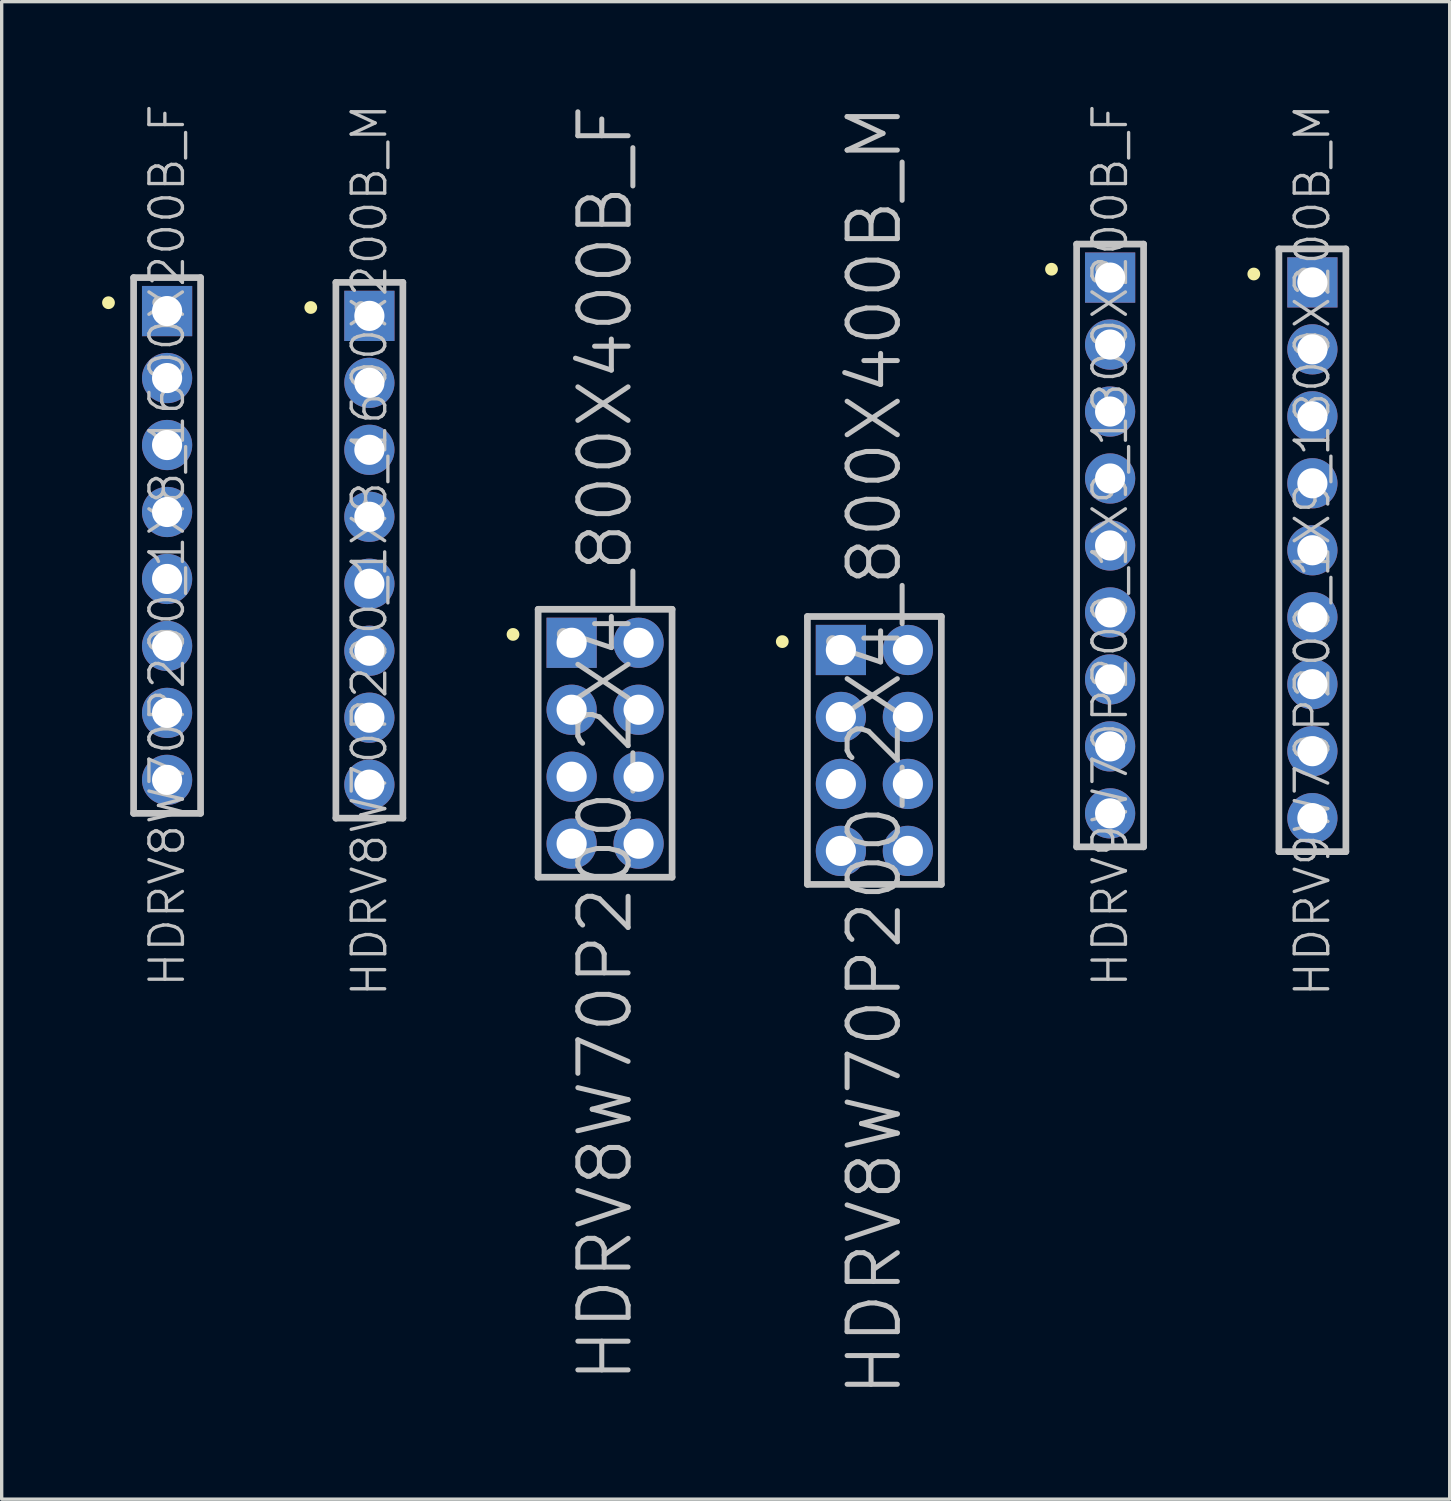
<source format=kicad_pcb>
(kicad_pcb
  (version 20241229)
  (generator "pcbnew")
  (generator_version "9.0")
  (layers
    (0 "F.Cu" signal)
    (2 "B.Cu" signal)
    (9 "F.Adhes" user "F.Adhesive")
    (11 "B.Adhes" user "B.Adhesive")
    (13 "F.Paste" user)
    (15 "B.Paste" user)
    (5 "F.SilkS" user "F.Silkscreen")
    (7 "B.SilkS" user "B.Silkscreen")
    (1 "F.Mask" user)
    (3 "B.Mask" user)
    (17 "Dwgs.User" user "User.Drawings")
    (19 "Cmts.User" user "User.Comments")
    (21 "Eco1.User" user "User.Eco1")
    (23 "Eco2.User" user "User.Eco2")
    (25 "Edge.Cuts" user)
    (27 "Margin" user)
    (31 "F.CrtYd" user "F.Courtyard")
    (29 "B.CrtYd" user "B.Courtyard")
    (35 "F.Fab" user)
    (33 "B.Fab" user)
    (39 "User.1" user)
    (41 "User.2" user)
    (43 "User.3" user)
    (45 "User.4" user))
  (footprint "HDRV8W70P200_1X8_1600X200B_F"
    (layer "F.Cu")
    (at 1.94 13.24)
    (property "Reference" "HDRV8W70P200_1X8_1600X200B_F" (at 0 0 90) (layer "Dwgs.User") (effects (font (size 1 1) (thickness 0.1))))
    (attr through_hole)
    (fp_line (start -1.75 -7.25) (end -1.75 -7.25) (stroke (width 0.381) (type solid)) (layer "F.SilkS"))
    (fp_line (start -1 -8) (end -1 8) (stroke (width 0.2) (type solid)) (layer "Dwgs.User"))
    (fp_line (start -1 -8) (end 1 -8) (stroke (width 0.2) (type solid)) (layer "Dwgs.User"))
    (fp_line (start -1 8) (end 1 8) (stroke (width 0.2) (type solid)) (layer "Dwgs.User"))
    (fp_line (start -0.25 -7.25) (end -0.25 -7.25) (stroke (width 0.381) (type solid)) (layer "Dwgs.User"))
    (fp_line (start 1 -8) (end 1 8) (stroke (width 0.2) (type solid)) (layer "Dwgs.User"))
    (pad "1" thru_hole rect (at 0 -7) (size 1.5 1.5) (drill 0.9) (layers "*.Cu" "*.Mask"))
    (pad "2" thru_hole circle (at 0 -5 270) (size 1.5 1.5) (drill 0.9) (layers "*.Cu" "*.Mask"))
    (pad "3" thru_hole circle (at 0 -3 270) (size 1.5 1.5) (drill 0.9) (layers "*.Cu" "*.Mask"))
    (pad "4" thru_hole circle (at 0 -1 270) (size 1.5 1.5) (drill 0.9) (layers "*.Cu" "*.Mask"))
    (pad "5" thru_hole circle (at 0 1 270) (size 1.5 1.5) (drill 0.9) (layers "*.Cu" "*.Mask"))
    (pad "6" thru_hole circle (at 0 3 270) (size 1.5 1.5) (drill 0.9) (layers "*.Cu" "*.Mask"))
    (pad "7" thru_hole circle (at 0 5 270) (size 1.5 1.5) (drill 0.9) (layers "*.Cu" "*.Mask"))
    (pad "8" thru_hole circle (at 0 7 270) (size 1.5 1.5) (drill 0.9) (layers "*.Cu" "*.Mask")))
  (footprint "HDRV9W70P200_1X9_1800X200B_M"
    (layer "F.Cu")
    (at 36.143 13.383)
    (property "Reference" "HDRV9W70P200_1X9_1800X200B_M" (at 0 0 90) (layer "Dwgs.User") (effects (font (size 1 1) (thickness 0.1))))
    (attr through_hole)
    (fp_line (start -1.75 -8.25) (end -1.75 -8.25) (stroke (width 0.381) (type solid)) (layer "F.SilkS"))
    (fp_line (start -1 -9) (end -1 9) (stroke (width 0.2) (type solid)) (layer "Dwgs.User"))
    (fp_line (start -1 -9) (end 1 -9) (stroke (width 0.2) (type solid)) (layer "Dwgs.User"))
    (fp_line (start -1 9) (end 1 9) (stroke (width 0.2) (type solid)) (layer "Dwgs.User"))
    (fp_line (start -0.25 -8.25) (end -0.25 -8.25) (stroke (width 0.381) (type solid)) (layer "Dwgs.User"))
    (fp_line (start 1 -9) (end 1 9) (stroke (width 0.2) (type solid)) (layer "Dwgs.User"))
    (pad "1" thru_hole rect (at 0 -8) (size 1.5 1.5) (drill 0.9) (layers "*.Cu" "*.Mask"))
    (pad "2" thru_hole circle (at 0 -6 270) (size 1.5 1.5) (drill 0.9) (layers "*.Cu" "*.Mask"))
    (pad "3" thru_hole circle (at 0 -4 270) (size 1.5 1.5) (drill 0.9) (layers "*.Cu" "*.Mask"))
    (pad "4" thru_hole circle (at 0 -2 270) (size 1.5 1.5) (drill 0.9) (layers "*.Cu" "*.Mask"))
    (pad "5" thru_hole circle (at 0 0 270) (size 1.5 1.5) (drill 0.9) (layers "*.Cu" "*.Mask"))
    (pad "6" thru_hole circle (at 0 2 270) (size 1.5 1.5) (drill 0.9) (layers "*.Cu" "*.Mask"))
    (pad "7" thru_hole circle (at 0 4 270) (size 1.5 1.5) (drill 0.9) (layers "*.Cu" "*.Mask"))
    (pad "8" thru_hole circle (at 0 6 270) (size 1.5 1.5) (drill 0.9) (layers "*.Cu" "*.Mask"))
    (pad "9" thru_hole circle (at 0 8 270) (size 1.5 1.5) (drill 0.9) (layers "*.Cu" "*.Mask")))
  (footprint "HDRV9W70P200_1X9_1800X200B_F"
    (layer "F.Cu")
    (at 30.102 13.24)
    (property "Reference" "HDRV9W70P200_1X9_1800X200B_F" (at 0 0 90) (layer "Dwgs.User") (effects (font (size 1 1) (thickness 0.1))))
    (attr through_hole)
    (fp_line (start -1.75 -8.25) (end -1.75 -8.25) (stroke (width 0.381) (type solid)) (layer "F.SilkS"))
    (fp_line (start -1 -9) (end -1 9) (stroke (width 0.2) (type solid)) (layer "Dwgs.User"))
    (fp_line (start -1 -9) (end 1 -9) (stroke (width 0.2) (type solid)) (layer "Dwgs.User"))
    (fp_line (start -1 9) (end 1 9) (stroke (width 0.2) (type solid)) (layer "Dwgs.User"))
    (fp_line (start -0.25 -8.25) (end -0.25 -8.25) (stroke (width 0.381) (type solid)) (layer "Dwgs.User"))
    (fp_line (start 1 -9) (end 1 9) (stroke (width 0.2) (type solid)) (layer "Dwgs.User"))
    (pad "1" thru_hole rect (at 0 -8) (size 1.5 1.5) (drill 0.9) (layers "*.Cu" "*.Mask"))
    (pad "2" thru_hole circle (at 0 -6 270) (size 1.5 1.5) (drill 0.9) (layers "*.Cu" "*.Mask"))
    (pad "3" thru_hole circle (at 0 -4 270) (size 1.5 1.5) (drill 0.9) (layers "*.Cu" "*.Mask"))
    (pad "4" thru_hole circle (at 0 -2 270) (size 1.5 1.5) (drill 0.9) (layers "*.Cu" "*.Mask"))
    (pad "5" thru_hole circle (at 0 0 270) (size 1.5 1.5) (drill 0.9) (layers "*.Cu" "*.Mask"))
    (pad "6" thru_hole circle (at 0 2 270) (size 1.5 1.5) (drill 0.9) (layers "*.Cu" "*.Mask"))
    (pad "7" thru_hole circle (at 0 4 270) (size 1.5 1.5) (drill 0.9) (layers "*.Cu" "*.Mask"))
    (pad "8" thru_hole circle (at 0 6 270) (size 1.5 1.5) (drill 0.9) (layers "*.Cu" "*.Mask"))
    (pad "9" thru_hole circle (at 0 8 270) (size 1.5 1.5) (drill 0.9) (layers "*.Cu" "*.Mask")))
  (footprint "HDRV8W70P200_1X8_1600X200B_M"
    (layer "F.Cu")
    (at 7.981 13.383)
    (property "Reference" "HDRV8W70P200_1X8_1600X200B_M" (at 0 0 90) (layer "Dwgs.User") (effects (font (size 1 1) (thickness 0.1))))
    (attr through_hole)
    (fp_line (start -1.75 -7.25) (end -1.75 -7.25) (stroke (width 0.381) (type solid)) (layer "F.SilkS"))
    (fp_line (start -1 -8) (end -1 8) (stroke (width 0.2) (type solid)) (layer "Dwgs.User"))
    (fp_line (start -1 -8) (end 1 -8) (stroke (width 0.2) (type solid)) (layer "Dwgs.User"))
    (fp_line (start -1 8) (end 1 8) (stroke (width 0.2) (type solid)) (layer "Dwgs.User"))
    (fp_line (start -0.25 -7.25) (end -0.25 -7.25) (stroke (width 0.381) (type solid)) (layer "Dwgs.User"))
    (fp_line (start 1 -8) (end 1 8) (stroke (width 0.2) (type solid)) (layer "Dwgs.User"))
    (pad "1" thru_hole rect (at 0 -7) (size 1.5 1.5) (drill 0.9) (layers "*.Cu" "*.Mask"))
    (pad "2" thru_hole circle (at 0 -5 270) (size 1.5 1.5) (drill 0.9) (layers "*.Cu" "*.Mask"))
    (pad "3" thru_hole circle (at 0 -3 270) (size 1.5 1.5) (drill 0.9) (layers "*.Cu" "*.Mask"))
    (pad "4" thru_hole circle (at 0 -1 270) (size 1.5 1.5) (drill 0.9) (layers "*.Cu" "*.Mask"))
    (pad "5" thru_hole circle (at 0 1 270) (size 1.5 1.5) (drill 0.9) (layers "*.Cu" "*.Mask"))
    (pad "6" thru_hole circle (at 0 3 270) (size 1.5 1.5) (drill 0.9) (layers "*.Cu" "*.Mask"))
    (pad "7" thru_hole circle (at 0 5 270) (size 1.5 1.5) (drill 0.9) (layers "*.Cu" "*.Mask"))
    (pad "8" thru_hole circle (at 0 7 270) (size 1.5 1.5) (drill 0.9) (layers "*.Cu" "*.Mask")))
  (footprint "HDRV8W70P200_2X4_800X400B_F"
    (layer "F.Cu")
    (at 15.021 19.146)
    (property "Reference" "HDRV8W70P200_2X4_800X400B_F" (at 0 0 90) (layer "Dwgs.User") (effects (font (size 1.5 1.5) (thickness 0.15))))
    (attr through_hole)
    (fp_line (start -2.75 -3.25) (end -2.75 -3.25) (stroke (width 0.381) (type solid)) (layer "F.SilkS"))
    (fp_line (start -2 -4) (end -2 4) (stroke (width 0.2) (type solid)) (layer "Dwgs.User"))
    (fp_line (start -2 -4) (end 2 -4) (stroke (width 0.2) (type solid)) (layer "Dwgs.User"))
    (fp_line (start -2 4) (end 2 4) (stroke (width 0.2) (type solid)) (layer "Dwgs.User"))
    (fp_line (start -1.25 -3.25) (end -1.25 -3.25) (stroke (width 0.381) (type solid)) (layer "Dwgs.User"))
    (fp_line (start 2 -4) (end 2 4) (stroke (width 0.2) (type solid)) (layer "Dwgs.User"))
    (pad "1" thru_hole rect (at -1 -3) (size 1.5 1.5) (drill 0.9) (layers "*.Cu" "*.Mask"))
    (pad "2" thru_hole circle (at 1 -3 270) (size 1.5 1.5) (drill 0.9) (layers "*.Cu" "*.Mask"))
    (pad "3" thru_hole circle (at -1 -1 270) (size 1.5 1.5) (drill 0.9) (layers "*.Cu" "*.Mask"))
    (pad "4" thru_hole circle (at 1 -1 270) (size 1.5 1.5) (drill 0.9) (layers "*.Cu" "*.Mask"))
    (pad "5" thru_hole circle (at -1 1 270) (size 1.5 1.5) (drill 0.9) (layers "*.Cu" "*.Mask"))
    (pad "6" thru_hole circle (at 1 1 270) (size 1.5 1.5) (drill 0.9) (layers "*.Cu" "*.Mask"))
    (pad "7" thru_hole circle (at -1 3 270) (size 1.5 1.5) (drill 0.9) (layers "*.Cu" "*.Mask"))
    (pad "8" thru_hole circle (at 1 3 270) (size 1.5 1.5) (drill 0.9) (layers "*.Cu" "*.Mask")))
  (footprint "HDRV8W70P200_2X4_800X400B_M"
    (layer "F.Cu")
    (at 23.062 19.361)
    (property "Reference" "HDRV8W70P200_2X4_800X400B_M" (at 0 0 90) (layer "Dwgs.User") (effects (font (size 1.5 1.5) (thickness 0.15))))
    (attr through_hole)
    (fp_line (start -2.75 -3.25) (end -2.75 -3.25) (stroke (width 0.381) (type solid)) (layer "F.SilkS"))
    (fp_line (start -2 -4) (end -2 4) (stroke (width 0.2) (type solid)) (layer "Dwgs.User"))
    (fp_line (start -2 -4) (end 2 -4) (stroke (width 0.2) (type solid)) (layer "Dwgs.User"))
    (fp_line (start -2 4) (end 2 4) (stroke (width 0.2) (type solid)) (layer "Dwgs.User"))
    (fp_line (start -1.25 -3.25) (end -1.25 -3.25) (stroke (width 0.381) (type solid)) (layer "Dwgs.User"))
    (fp_line (start 2 -4) (end 2 4) (stroke (width 0.2) (type solid)) (layer "Dwgs.User"))
    (pad "1" thru_hole rect (at -1 -3) (size 1.5 1.5) (drill 0.9) (layers "*.Cu" "*.Mask"))
    (pad "2" thru_hole circle (at 1 -3 270) (size 1.5 1.5) (drill 0.9) (layers "*.Cu" "*.Mask"))
    (pad "3" thru_hole circle (at -1 -1 270) (size 1.5 1.5) (drill 0.9) (layers "*.Cu" "*.Mask"))
    (pad "4" thru_hole circle (at 1 -1 270) (size 1.5 1.5) (drill 0.9) (layers "*.Cu" "*.Mask"))
    (pad "5" thru_hole circle (at -1 1 270) (size 1.5 1.5) (drill 0.9) (layers "*.Cu" "*.Mask"))
    (pad "6" thru_hole circle (at 1 1 270) (size 1.5 1.5) (drill 0.9) (layers "*.Cu" "*.Mask"))
    (pad "7" thru_hole circle (at -1 3 270) (size 1.5 1.5) (drill 0.9) (layers "*.Cu" "*.Mask"))
    (pad "8" thru_hole circle (at 1 3 270) (size 1.5 1.5) (drill 0.9) (layers "*.Cu" "*.Mask")))
  (gr_rect
    (start -3 -3)
    (end 40.243 41.721)
    (stroke (width 0.1) (type default))
    (fill no)
    (layer "Edge.Cuts")))
</source>
